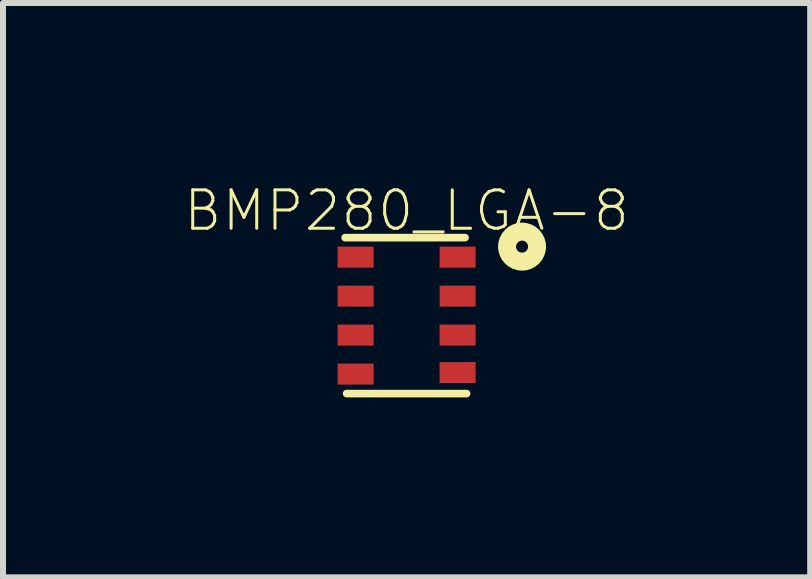
<source format=kicad_pcb>
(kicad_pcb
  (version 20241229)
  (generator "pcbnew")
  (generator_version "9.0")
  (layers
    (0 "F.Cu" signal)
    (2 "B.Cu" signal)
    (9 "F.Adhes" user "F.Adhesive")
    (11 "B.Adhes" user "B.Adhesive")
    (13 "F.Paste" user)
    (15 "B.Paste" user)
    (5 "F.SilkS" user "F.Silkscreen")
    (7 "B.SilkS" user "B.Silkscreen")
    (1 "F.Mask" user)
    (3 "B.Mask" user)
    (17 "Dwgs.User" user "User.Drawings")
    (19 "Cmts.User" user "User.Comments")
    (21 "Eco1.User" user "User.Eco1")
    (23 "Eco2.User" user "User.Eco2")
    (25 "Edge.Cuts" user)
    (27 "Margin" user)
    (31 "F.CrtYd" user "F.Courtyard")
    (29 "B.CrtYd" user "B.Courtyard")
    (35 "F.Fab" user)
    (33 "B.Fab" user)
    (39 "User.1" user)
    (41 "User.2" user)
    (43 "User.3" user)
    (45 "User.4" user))
  (footprint "BMP280_LGA-8"
    (layer "F.Cu")
    (at 3.729 2.212)
    (property "Reference" "BMP280_LGA-8" (at 0 -1.75 0) (layer "F.SilkS") (effects (font (size 0.64 0.64) (thickness 0.05))))
    (attr smd)
    (fp_line (start -1.025 -1.3) (end 0.975 -1.3) (stroke (width 0.127) (type solid)) (layer "F.SilkS"))
    (fp_line (start -1 1.3) (end 1 1.3) (stroke (width 0.127) (type solid)) (layer "F.SilkS"))
    (fp_circle (center 1.925 -1.15) (end 2.025 -1.15) (stroke (width 0.3) (type solid)) (fill no) (layer "F.SilkS"))
    (pad "1" smd rect (at 0.85 -0.975) (size 0.6 0.35) (layers "F.Cu" "F.Mask" "F.Paste"))
    (pad "2" smd rect (at 0.85 -0.325) (size 0.6 0.35) (layers "F.Cu" "F.Mask" "F.Paste"))
    (pad "3" smd rect (at 0.85 0.325) (size 0.6 0.35) (layers "F.Cu" "F.Mask" "F.Paste"))
    (pad "4" smd rect (at 0.85 0.95) (size 0.6 0.35) (layers "F.Cu" "F.Mask" "F.Paste"))
    (pad "5" smd rect (at -0.85 0.975) (size 0.6 0.35) (layers "F.Cu" "F.Mask" "F.Paste"))
    (pad "6" smd rect (at -0.85 0.325) (size 0.6 0.35) (layers "F.Cu" "F.Mask" "F.Paste"))
    (pad "7" smd rect (at -0.85 -0.325) (size 0.6 0.35) (layers "F.Cu" "F.Mask" "F.Paste"))
    (pad "8" smd rect (at -0.85 -0.975) (size 0.6 0.35) (layers "F.Cu" "F.Mask" "F.Paste")))
  (gr_rect
    (start -3 -3)
    (end 10.458 6.576)
    (stroke (width 0.1) (type default))
    (fill no)
    (layer "Edge.Cuts")))
</source>
